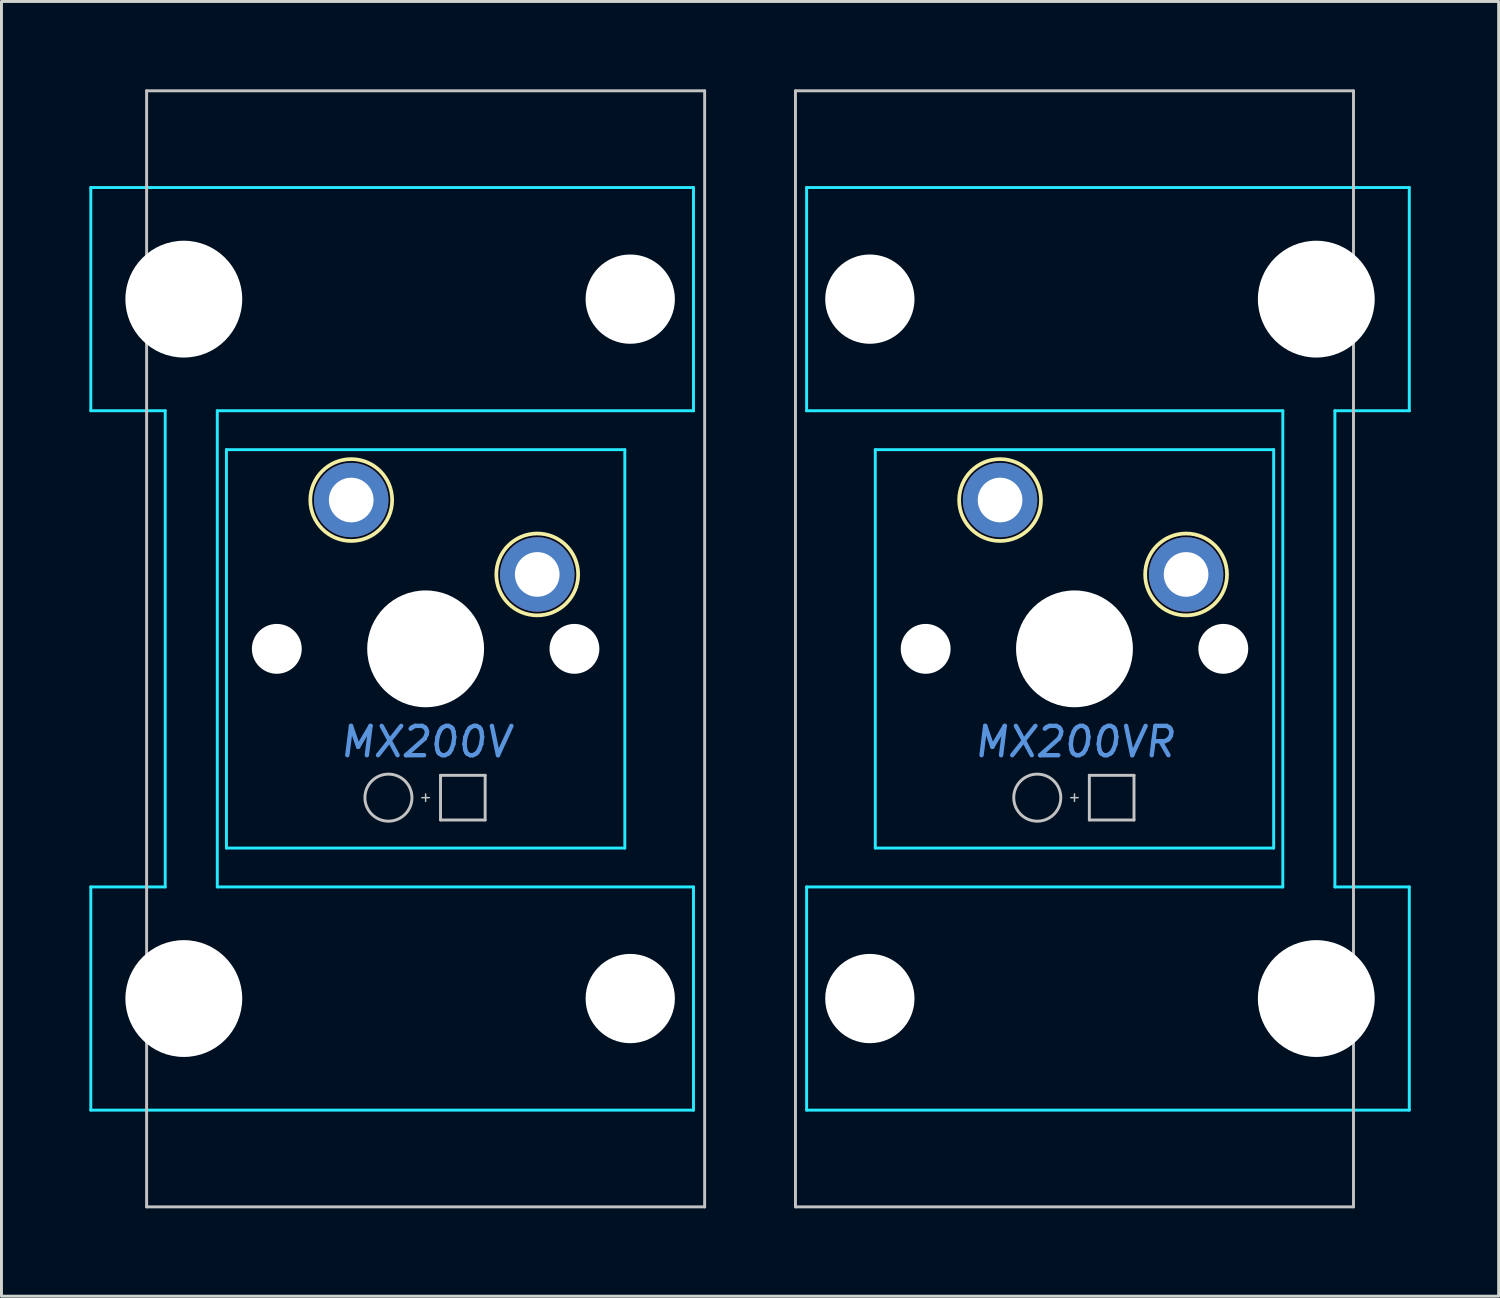
<source format=kicad_pcb>
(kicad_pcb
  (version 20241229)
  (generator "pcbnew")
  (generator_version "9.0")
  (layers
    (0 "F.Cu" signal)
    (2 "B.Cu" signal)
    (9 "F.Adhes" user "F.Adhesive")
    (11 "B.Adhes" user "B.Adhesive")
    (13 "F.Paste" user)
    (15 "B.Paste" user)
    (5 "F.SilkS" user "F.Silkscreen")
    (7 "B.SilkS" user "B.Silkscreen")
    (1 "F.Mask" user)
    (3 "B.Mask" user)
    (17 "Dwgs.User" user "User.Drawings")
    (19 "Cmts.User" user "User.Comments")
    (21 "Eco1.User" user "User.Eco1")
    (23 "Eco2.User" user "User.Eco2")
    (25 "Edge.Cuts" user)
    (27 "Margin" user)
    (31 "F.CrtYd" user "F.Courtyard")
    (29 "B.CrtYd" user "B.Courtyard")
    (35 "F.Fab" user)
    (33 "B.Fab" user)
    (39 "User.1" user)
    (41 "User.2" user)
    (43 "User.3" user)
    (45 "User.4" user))
  (footprint "MX200VR"
    (layer "F.Cu")
    (at 33.63 19.1)
    (property "Reference" "MX200VR" (at 0 3.175 0) (layer "Cmts.User") (effects (font (size 1 1) (thickness 0.15) (italic yes))))
    (attr through_hole)
    (fp_circle (center -2.54 -5.08) (end -1.143 -5.08) (stroke (width 0.127) (type solid)) (fill no) (layer "F.SilkS"))
    (fp_circle (center 3.81 -2.54) (end 5.207 -2.54) (stroke (width 0.127) (type solid)) (fill no) (layer "F.SilkS"))
    (fp_line (start -9.525 -19.05) (end -9.525 19.05) (stroke (width 0.1) (type solid)) (layer "Dwgs.User"))
    (fp_line (start -0.127 5.08) (end 0.127 5.08) (stroke (width 0.05) (type solid)) (layer "Dwgs.User"))
    (fp_line (start 0 5.207) (end 0 4.953) (stroke (width 0.05) (type solid)) (layer "Dwgs.User"))
    (fp_line (start 0.508 4.318) (end 0.508 5.842) (stroke (width 0.1) (type solid)) (layer "Dwgs.User"))
    (fp_line (start 0.508 4.318) (end 2.032 4.318) (stroke (width 0.1) (type solid)) (layer "Dwgs.User"))
    (fp_line (start 0.508 5.842) (end 2.032 5.842) (stroke (width 0.1) (type solid)) (layer "Dwgs.User"))
    (fp_line (start 2.032 5.842) (end 2.032 4.318) (stroke (width 0.1) (type solid)) (layer "Dwgs.User"))
    (fp_line (start 9.525 -19.05) (end -9.525 -19.05) (stroke (width 0.1) (type solid)) (layer "Dwgs.User"))
    (fp_line (start 9.525 -19.05) (end 9.525 19.05) (stroke (width 0.1) (type solid)) (layer "Dwgs.User"))
    (fp_line (start 9.525 19.05) (end -9.525 19.05) (stroke (width 0.1) (type solid)) (layer "Dwgs.User"))
    (fp_circle (center -1.27 5.08) (end -0.467 5.08) (stroke (width 0.1) (type solid)) (fill no) (layer "Dwgs.User"))
    (fp_line (start -9.144 -15.748) (end 11.43 -15.748) (stroke (width 0.1) (type solid)) (layer "B.CrtYd"))
    (fp_line (start -9.144 -8.128) (end -9.144 -15.748) (stroke (width 0.1) (type solid)) (layer "B.CrtYd"))
    (fp_line (start -9.144 -8.128) (end 7.112 -8.128) (stroke (width 0.1) (type solid)) (layer "B.CrtYd"))
    (fp_line (start -9.144 8.128) (end 7.112 8.128) (stroke (width 0.1) (type solid)) (layer "B.CrtYd"))
    (fp_line (start -9.144 15.748) (end -9.144 8.128) (stroke (width 0.1) (type solid)) (layer "B.CrtYd"))
    (fp_line (start -6.8 6.8) (end -6.8 -6.8) (stroke (width 0.1) (type solid)) (layer "B.CrtYd"))
    (fp_line (start 6.8 -6.8) (end -6.8 -6.8) (stroke (width 0.1) (type solid)) (layer "B.CrtYd"))
    (fp_line (start 6.8 6.8) (end -6.8 6.8) (stroke (width 0.1) (type solid)) (layer "B.CrtYd"))
    (fp_line (start 6.8 6.8) (end 6.8 -6.8) (stroke (width 0.1) (type solid)) (layer "B.CrtYd"))
    (fp_line (start 7.112 8.128) (end 7.112 -8.128) (stroke (width 0.1) (type solid)) (layer "B.CrtYd"))
    (fp_line (start 8.89 8.128) (end 8.89 -8.128) (stroke (width 0.1) (type solid)) (layer "B.CrtYd"))
    (fp_line (start 11.43 -15.748) (end 11.43 -8.128) (stroke (width 0.1) (type solid)) (layer "B.CrtYd"))
    (fp_line (start 11.43 -8.128) (end 8.89 -8.128) (stroke (width 0.1) (type solid)) (layer "B.CrtYd"))
    (fp_line (start 11.43 8.128) (end 8.89 8.128) (stroke (width 0.1) (type solid)) (layer "B.CrtYd"))
    (fp_line (start 11.43 8.128) (end 11.43 15.748) (stroke (width 0.1) (type solid)) (layer "B.CrtYd"))
    (fp_line (start 11.43 15.748) (end -9.144 15.748) (stroke (width 0.1) (type solid)) (layer "B.CrtYd"))
    (pad "" np_thru_hole circle (at -6.985 -11.938 90) (size 3.048 3.048) (drill 3.048) (layers "*.Cu" "*.Mask"))
    (pad "" np_thru_hole circle (at -6.985 11.938 90) (size 3.048 3.048) (drill 3.048) (layers "*.Cu" "*.Mask"))
    (pad "" np_thru_hole circle (at -5.08 0) (size 1.702 1.702) (drill 1.702) (layers "*.Cu" "*.Mask"))
    (pad "" np_thru_hole circle (at 0 0) (size 3.988 3.988) (drill 3.988) (layers "*.Cu" "*.Mask"))
    (pad "" np_thru_hole circle (at 5.08 0) (size 1.702 1.702) (drill 1.702) (layers "*.Cu" "*.Mask"))
    (pad "" np_thru_hole circle (at 8.255 -11.938 90) (size 3.988 3.988) (drill 3.988) (layers "*.Cu" "*.Mask"))
    (pad "" np_thru_hole circle (at 8.255 11.938 90) (size 3.988 3.988) (drill 3.988) (layers "*.Cu" "*.Mask"))
    (pad "1" thru_hole circle (at -2.54 -5.08) (size 2.54 2.54) (drill 1.524) (layers "*.Cu" "*.Mask"))
    (pad "2" thru_hole circle (at 3.81 -2.54) (size 2.54 2.54) (drill 1.524) (layers "*.Cu" "*.Mask")))
  (footprint "MX200V"
    (layer "F.Cu")
    (at 11.48 19.1)
    (property "Reference" "MX200V" (at 0 3.175 0) (layer "Cmts.User") (effects (font (size 1 1) (thickness 0.15) (italic yes))))
    (attr through_hole)
    (fp_circle (center -2.54 -5.08) (end -1.143 -5.08) (stroke (width 0.127) (type solid)) (fill no) (layer "F.SilkS"))
    (fp_circle (center 3.81 -2.54) (end 5.207 -2.54) (stroke (width 0.127) (type solid)) (fill no) (layer "F.SilkS"))
    (fp_line (start -9.525 -19.05) (end -9.525 19.05) (stroke (width 0.1) (type solid)) (layer "Dwgs.User"))
    (fp_line (start -0.127 5.08) (end 0.127 5.08) (stroke (width 0.05) (type solid)) (layer "Dwgs.User"))
    (fp_line (start 0 5.207) (end 0 4.953) (stroke (width 0.05) (type solid)) (layer "Dwgs.User"))
    (fp_line (start 0.508 4.318) (end 0.508 5.842) (stroke (width 0.1) (type solid)) (layer "Dwgs.User"))
    (fp_line (start 0.508 4.318) (end 2.032 4.318) (stroke (width 0.1) (type solid)) (layer "Dwgs.User"))
    (fp_line (start 0.508 5.842) (end 2.032 5.842) (stroke (width 0.1) (type solid)) (layer "Dwgs.User"))
    (fp_line (start 2.032 5.842) (end 2.032 4.318) (stroke (width 0.1) (type solid)) (layer "Dwgs.User"))
    (fp_line (start 9.525 -19.05) (end -9.525 -19.05) (stroke (width 0.1) (type solid)) (layer "Dwgs.User"))
    (fp_line (start 9.525 -19.05) (end 9.525 19.05) (stroke (width 0.1) (type solid)) (layer "Dwgs.User"))
    (fp_line (start 9.525 19.05) (end -9.525 19.05) (stroke (width 0.1) (type solid)) (layer "Dwgs.User"))
    (fp_circle (center -1.27 5.08) (end -0.467 5.08) (stroke (width 0.1) (type solid)) (fill no) (layer "Dwgs.User"))
    (fp_line (start -11.43 -15.748) (end 9.144 -15.748) (stroke (width 0.1) (type solid)) (layer "B.CrtYd"))
    (fp_line (start -11.43 -8.128) (end -11.43 -15.748) (stroke (width 0.1) (type solid)) (layer "B.CrtYd"))
    (fp_line (start -11.43 -8.128) (end -8.89 -8.128) (stroke (width 0.1) (type solid)) (layer "B.CrtYd"))
    (fp_line (start -11.43 8.128) (end -8.89 8.128) (stroke (width 0.1) (type solid)) (layer "B.CrtYd"))
    (fp_line (start -11.43 15.748) (end -11.43 8.128) (stroke (width 0.1) (type solid)) (layer "B.CrtYd"))
    (fp_line (start -8.89 -8.128) (end -8.89 8.128) (stroke (width 0.1) (type solid)) (layer "B.CrtYd"))
    (fp_line (start -7.112 -8.128) (end -7.112 8.128) (stroke (width 0.1) (type solid)) (layer "B.CrtYd"))
    (fp_line (start -6.8 6.8) (end -6.8 -6.8) (stroke (width 0.1) (type solid)) (layer "B.CrtYd"))
    (fp_line (start 6.8 -6.8) (end -6.8 -6.8) (stroke (width 0.1) (type solid)) (layer "B.CrtYd"))
    (fp_line (start 6.8 6.8) (end -6.8 6.8) (stroke (width 0.1) (type solid)) (layer "B.CrtYd"))
    (fp_line (start 6.8 6.8) (end 6.8 -6.8) (stroke (width 0.1) (type solid)) (layer "B.CrtYd"))
    (fp_line (start 9.144 -15.748) (end 9.144 -8.128) (stroke (width 0.1) (type solid)) (layer "B.CrtYd"))
    (fp_line (start 9.144 -8.128) (end -7.112 -8.128) (stroke (width 0.1) (type solid)) (layer "B.CrtYd"))
    (fp_line (start 9.144 8.128) (end -7.112 8.128) (stroke (width 0.1) (type solid)) (layer "B.CrtYd"))
    (fp_line (start 9.144 8.128) (end 9.144 15.748) (stroke (width 0.1) (type solid)) (layer "B.CrtYd"))
    (fp_line (start 9.144 15.748) (end -11.43 15.748) (stroke (width 0.1) (type solid)) (layer "B.CrtYd"))
    (pad "" np_thru_hole circle (at -8.255 -11.938 270) (size 3.988 3.988) (drill 3.988) (layers "*.Cu" "*.Mask"))
    (pad "" np_thru_hole circle (at -8.255 11.938 270) (size 3.988 3.988) (drill 3.988) (layers "*.Cu" "*.Mask"))
    (pad "" np_thru_hole circle (at -5.08 0) (size 1.702 1.702) (drill 1.702) (layers "*.Cu" "*.Mask"))
    (pad "" np_thru_hole circle (at 0 0) (size 3.988 3.988) (drill 3.988) (layers "*.Cu" "*.Mask"))
    (pad "" np_thru_hole circle (at 5.08 0) (size 1.702 1.702) (drill 1.702) (layers "*.Cu" "*.Mask"))
    (pad "" np_thru_hole circle (at 6.985 -11.938 270) (size 3.048 3.048) (drill 3.048) (layers "*.Cu" "*.Mask"))
    (pad "" np_thru_hole circle (at 6.985 11.938 270) (size 3.048 3.048) (drill 3.048) (layers "*.Cu" "*.Mask"))
    (pad "1" thru_hole circle (at -2.54 -5.08) (size 2.54 2.54) (drill 1.524) (layers "*.Cu" "*.Mask"))
    (pad "2" thru_hole circle (at 3.81 -2.54) (size 2.54 2.54) (drill 1.524) (layers "*.Cu" "*.Mask")))
  (gr_rect
    (start -3 -3)
    (end 48.11 41.2)
    (stroke (width 0.1) (type default))
    (fill no)
    (layer "Edge.Cuts")))
</source>
